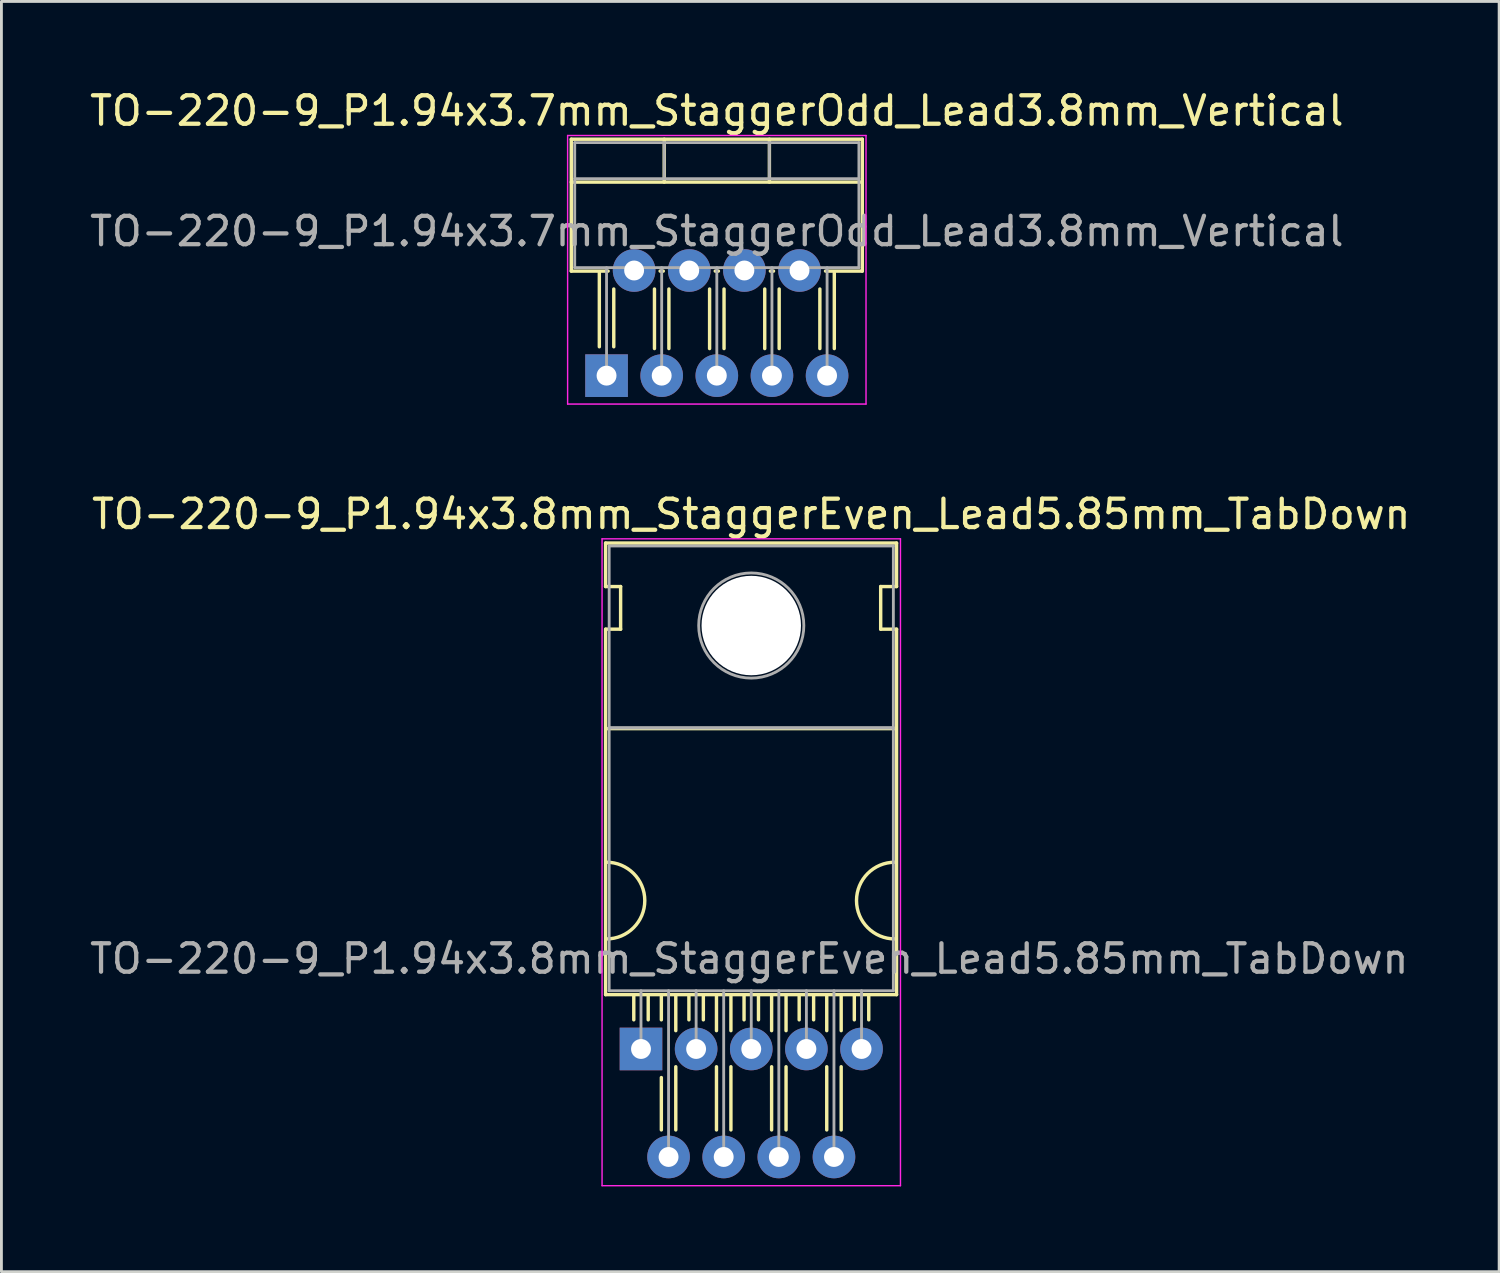
<source format=kicad_pcb>
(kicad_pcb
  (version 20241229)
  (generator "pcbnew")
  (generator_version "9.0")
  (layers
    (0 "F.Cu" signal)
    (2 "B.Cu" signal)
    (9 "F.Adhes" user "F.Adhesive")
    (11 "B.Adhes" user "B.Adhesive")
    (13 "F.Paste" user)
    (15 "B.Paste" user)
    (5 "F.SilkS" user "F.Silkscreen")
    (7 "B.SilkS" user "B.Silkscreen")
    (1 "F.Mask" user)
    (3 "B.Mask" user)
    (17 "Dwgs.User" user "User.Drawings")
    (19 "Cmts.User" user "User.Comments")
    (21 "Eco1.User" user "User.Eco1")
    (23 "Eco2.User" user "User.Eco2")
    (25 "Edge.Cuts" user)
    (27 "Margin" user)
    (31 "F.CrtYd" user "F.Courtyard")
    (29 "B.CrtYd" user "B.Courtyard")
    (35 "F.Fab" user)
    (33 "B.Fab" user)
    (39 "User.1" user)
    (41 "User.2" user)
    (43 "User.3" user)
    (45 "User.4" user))
  (footprint "TO-220-9_P1.94x3.8mm_StaggerEven_Lead5.85mm_TabDown"
    (layer "F.Cu")
    (at 19.505 33.861)
    (property "Reference" "TO-220-9_P1.94x3.8mm_StaggerEven_Lead5.85mm_TabDown" (at 3.88 -18.82 0) (layer "F.SilkS") (effects (font (size 1 1) (thickness 0.15))))
    (attr through_hole)
    (fp_line (start -1.246 -17.802) (end -1.246 -16.272) (stroke (width 0.12) (type solid)) (layer "F.SilkS"))
    (fp_line (start -1.246 -17.802) (end 8.993 -17.802) (stroke (width 0.12) (type solid)) (layer "F.SilkS"))
    (fp_line (start -1.246 -16.272) (end -0.717 -16.272) (stroke (width 0.12) (type solid)) (layer "F.SilkS"))
    (fp_line (start -1.246 -14.772) (end -1.246 -1.912) (stroke (width 0.12) (type solid)) (layer "F.SilkS"))
    (fp_line (start -1.246 -1.912) (end 8.993 -1.912) (stroke (width 0.12) (type solid)) (layer "F.SilkS"))
    (fp_line (start -1.242 -11.272) (end 8.983 -11.272) (stroke (width 0.12) (type solid)) (layer "F.SilkS"))
    (fp_line (start -0.717 -16.272) (end -0.717 -14.772) (stroke (width 0.12) (type solid)) (layer "F.SilkS"))
    (fp_line (start -0.717 -14.772) (end -1.242 -14.772) (stroke (width 0.12) (type solid)) (layer "F.SilkS"))
    (fp_line (start -0.254 -1.026) (end -0.254 -1.851) (stroke (width 0.12) (type solid)) (layer "F.SilkS"))
    (fp_line (start 0.254 -1.026) (end 0.254 -1.851) (stroke (width 0.12) (type solid)) (layer "F.SilkS"))
    (fp_line (start 0.716 -1.026) (end 0.716 -1.851) (stroke (width 0.12) (type solid)) (layer "F.SilkS"))
    (fp_line (start 0.716 2.848) (end 0.716 1.006) (stroke (width 0.12) (type solid)) (layer "F.SilkS"))
    (fp_line (start 1.224 -0.645) (end 1.224 -1.851) (stroke (width 0.12) (type solid)) (layer "F.SilkS"))
    (fp_line (start 1.224 2.848) (end 1.224 0.625) (stroke (width 0.12) (type solid)) (layer "F.SilkS"))
    (fp_line (start 1.686 -1.026) (end 1.686 -1.851) (stroke (width 0.12) (type solid)) (layer "F.SilkS"))
    (fp_line (start 2.194 -1.026) (end 2.194 -1.851) (stroke (width 0.12) (type solid)) (layer "F.SilkS"))
    (fp_line (start 2.656 -0.645) (end 2.656 -1.851) (stroke (width 0.12) (type solid)) (layer "F.SilkS"))
    (fp_line (start 2.656 2.848) (end 2.656 0.625) (stroke (width 0.12) (type solid)) (layer "F.SilkS"))
    (fp_line (start 3.164 -0.645) (end 3.164 -1.851) (stroke (width 0.12) (type solid)) (layer "F.SilkS"))
    (fp_line (start 3.164 2.848) (end 3.164 0.625) (stroke (width 0.12) (type solid)) (layer "F.SilkS"))
    (fp_line (start 3.626 -1.026) (end 3.626 -1.851) (stroke (width 0.12) (type solid)) (layer "F.SilkS"))
    (fp_line (start 4.134 -1.026) (end 4.134 -1.851) (stroke (width 0.12) (type solid)) (layer "F.SilkS"))
    (fp_line (start 4.596 -0.645) (end 4.596 -1.851) (stroke (width 0.12) (type solid)) (layer "F.SilkS"))
    (fp_line (start 4.596 2.848) (end 4.596 0.625) (stroke (width 0.12) (type solid)) (layer "F.SilkS"))
    (fp_line (start 5.104 -0.645) (end 5.104 -1.851) (stroke (width 0.12) (type solid)) (layer "F.SilkS"))
    (fp_line (start 5.104 2.848) (end 5.104 0.625) (stroke (width 0.12) (type solid)) (layer "F.SilkS"))
    (fp_line (start 5.566 -1.026) (end 5.566 -1.851) (stroke (width 0.12) (type solid)) (layer "F.SilkS"))
    (fp_line (start 6.074 -1.026) (end 6.074 -1.851) (stroke (width 0.12) (type solid)) (layer "F.SilkS"))
    (fp_line (start 6.536 -0.645) (end 6.536 -1.851) (stroke (width 0.12) (type solid)) (layer "F.SilkS"))
    (fp_line (start 6.536 2.848) (end 6.536 0.625) (stroke (width 0.12) (type solid)) (layer "F.SilkS"))
    (fp_line (start 7.044 -0.645) (end 7.044 -1.851) (stroke (width 0.12) (type solid)) (layer "F.SilkS"))
    (fp_line (start 7.044 2.848) (end 7.044 0.625) (stroke (width 0.12) (type solid)) (layer "F.SilkS"))
    (fp_line (start 7.506 -1.026) (end 7.506 -1.851) (stroke (width 0.12) (type solid)) (layer "F.SilkS"))
    (fp_line (start 8.014 -1.026) (end 8.014 -1.851) (stroke (width 0.12) (type solid)) (layer "F.SilkS"))
    (fp_line (start 8.434 -16.272) (end 8.993 -16.272) (stroke (width 0.12) (type solid)) (layer "F.SilkS"))
    (fp_line (start 8.434 -14.772) (end 8.434 -16.272) (stroke (width 0.12) (type solid)) (layer "F.SilkS"))
    (fp_line (start 8.993 -17.802) (end 8.993 -16.272) (stroke (width 0.12) (type solid)) (layer "F.SilkS"))
    (fp_line (start 8.993 -14.772) (end 8.434 -14.772) (stroke (width 0.12) (type solid)) (layer "F.SilkS"))
    (fp_line (start 8.993 -14.772) (end 8.993 -1.912) (stroke (width 0.12) (type solid)) (layer "F.SilkS"))
    (fp_arc (start -1.2165 -6.572) (mid 0.1335 -5.222) (end -1.2165 -3.872) (stroke (width 0.12) (type solid)) (layer "F.SilkS"))
    (fp_arc (start 8.9335 -3.872) (mid 7.5835 -5.222) (end 8.9335 -6.572) (stroke (width 0.12) (type solid)) (layer "F.SilkS"))
    (fp_line (start -1.37 -17.95) (end -1.37 4.81) (stroke (width 0.05) (type solid)) (layer "F.CrtYd"))
    (fp_line (start -1.37 4.81) (end 9.13 4.81) (stroke (width 0.05) (type solid)) (layer "F.CrtYd"))
    (fp_line (start 9.13 -17.95) (end -1.37 -17.95) (stroke (width 0.05) (type solid)) (layer "F.CrtYd"))
    (fp_line (start 9.13 4.81) (end 9.13 -17.95) (stroke (width 0.05) (type solid)) (layer "F.CrtYd"))
    (fp_line (start -1.12 -17.7) (end 8.88 -17.7) (stroke (width 0.1) (type solid)) (layer "F.Fab"))
    (fp_line (start -1.12 -11.3) (end -1.12 -17.7) (stroke (width 0.1) (type solid)) (layer "F.Fab"))
    (fp_line (start -1.12 -11.3) (end 8.88 -11.3) (stroke (width 0.1) (type solid)) (layer "F.Fab"))
    (fp_line (start -1.12 -2.05) (end -1.12 -11.3) (stroke (width 0.1) (type solid)) (layer "F.Fab"))
    (fp_line (start 0 -2.05) (end 0 0) (stroke (width 0.1) (type solid)) (layer "F.Fab"))
    (fp_line (start 0.97 -2.05) (end 0.97 3.8) (stroke (width 0.1) (type solid)) (layer "F.Fab"))
    (fp_line (start 1.94 -2.05) (end 1.94 0) (stroke (width 0.1) (type solid)) (layer "F.Fab"))
    (fp_line (start 2.91 -2.05) (end 2.91 3.8) (stroke (width 0.1) (type solid)) (layer "F.Fab"))
    (fp_line (start 3.88 -2.05) (end 3.88 0) (stroke (width 0.1) (type solid)) (layer "F.Fab"))
    (fp_line (start 4.85 -2.05) (end 4.85 3.8) (stroke (width 0.1) (type solid)) (layer "F.Fab"))
    (fp_line (start 5.82 -2.05) (end 5.82 0) (stroke (width 0.1) (type solid)) (layer "F.Fab"))
    (fp_line (start 6.79 -2.05) (end 6.79 3.8) (stroke (width 0.1) (type solid)) (layer "F.Fab"))
    (fp_line (start 7.76 -2.05) (end 7.76 0) (stroke (width 0.1) (type solid)) (layer "F.Fab"))
    (fp_line (start 8.88 -17.7) (end 8.88 -11.3) (stroke (width 0.1) (type solid)) (layer "F.Fab"))
    (fp_line (start 8.88 -11.3) (end -1.12 -11.3) (stroke (width 0.1) (type solid)) (layer "F.Fab"))
    (fp_line (start 8.88 -11.3) (end 8.88 -2.05) (stroke (width 0.1) (type solid)) (layer "F.Fab"))
    (fp_line (start 8.88 -2.05) (end -1.12 -2.05) (stroke (width 0.1) (type solid)) (layer "F.Fab"))
    (fp_circle (center 3.88 -14.9) (end 5.73 -14.9) (stroke (width 0.1) (type solid)) (fill no) (layer "F.Fab"))
    (fp_text user "${REFERENCE}" (at 3.81 -3.175 0) (layer "F.Fab") (effects (font (size 1 1) (thickness 0.15))))
    (pad "" np_thru_hole oval (at 3.88 -14.9) (size 3.5 3.5) (drill 3.5) (layers "*.Cu" "*.Mask"))
    (pad "1" thru_hole rect (at 0 0) (size 1.5 1.5) (drill 0.7) (layers "*.Cu" "*.Mask"))
    (pad "2" thru_hole oval (at 0.97 3.8) (size 1.5 1.5) (drill 0.7) (layers "*.Cu" "*.Mask"))
    (pad "3" thru_hole oval (at 1.94 0) (size 1.5 1.5) (drill 0.7) (layers "*.Cu" "*.Mask"))
    (pad "4" thru_hole oval (at 2.91 3.8) (size 1.5 1.5) (drill 0.7) (layers "*.Cu" "*.Mask"))
    (pad "5" thru_hole oval (at 3.88 0) (size 1.5 1.5) (drill 0.7) (layers "*.Cu" "*.Mask"))
    (pad "6" thru_hole oval (at 4.85 3.8) (size 1.5 1.5) (drill 0.7) (layers "*.Cu" "*.Mask"))
    (pad "7" thru_hole oval (at 5.82 0) (size 1.5 1.5) (drill 0.7) (layers "*.Cu" "*.Mask"))
    (pad "8" thru_hole oval (at 6.79 3.8) (size 1.5 1.5) (drill 0.7) (layers "*.Cu" "*.Mask"))
    (pad "9" thru_hole oval (at 7.76 0) (size 1.5 1.5) (drill 0.7) (layers "*.Cu" "*.Mask")))
  (footprint "TO-220-9_P1.94x3.7mm_StaggerOdd_Lead3.8mm_Vertical"
    (layer "F.Cu")
    (at 18.293 10.168)
    (property "Reference" "TO-220-9_P1.94x3.7mm_StaggerOdd_Lead3.8mm_Vertical" (at 3.88 -9.32 0) (layer "F.SilkS") (effects (font (size 1 1) (thickness 0.15))))
    (attr through_hole)
    (fp_line (start -1.241 -8.32) (end -1.241 -3.679) (stroke (width 0.12) (type solid)) (layer "F.SilkS"))
    (fp_line (start -1.241 -8.32) (end 9 -8.32) (stroke (width 0.12) (type solid)) (layer "F.SilkS"))
    (fp_line (start -1.241 -6.811) (end 9 -6.811) (stroke (width 0.12) (type solid)) (layer "F.SilkS"))
    (fp_line (start -1.241 -3.679) (end 0.055 -3.679) (stroke (width 0.12) (type solid)) (layer "F.SilkS"))
    (fp_line (start -0.254 -1.016) (end -0.254 -3.619) (stroke (width 0.12) (type solid)) (layer "F.SilkS"))
    (fp_line (start 0.254 -1.016) (end 0.254 -3.048) (stroke (width 0.12) (type solid)) (layer "F.SilkS"))
    (fp_line (start 1.686 -0.953) (end 1.686 -3.048) (stroke (width 0.12) (type solid)) (layer "F.SilkS"))
    (fp_line (start 1.885 -3.679) (end 1.996 -3.679) (stroke (width 0.12) (type solid)) (layer "F.SilkS"))
    (fp_line (start 2.03 -8.32) (end 2.03 -6.811) (stroke (width 0.12) (type solid)) (layer "F.SilkS"))
    (fp_line (start 2.194 -0.953) (end 2.194 -3.048) (stroke (width 0.12) (type solid)) (layer "F.SilkS"))
    (fp_line (start 3.626 -0.953) (end 3.626 -3.048) (stroke (width 0.12) (type solid)) (layer "F.SilkS"))
    (fp_line (start 3.825 -3.679) (end 3.935 -3.679) (stroke (width 0.12) (type solid)) (layer "F.SilkS"))
    (fp_line (start 4.134 -0.953) (end 4.134 -3.048) (stroke (width 0.12) (type solid)) (layer "F.SilkS"))
    (fp_line (start 5.566 -0.953) (end 5.566 -3.048) (stroke (width 0.12) (type solid)) (layer "F.SilkS"))
    (fp_line (start 5.73 -8.32) (end 5.73 -6.811) (stroke (width 0.12) (type solid)) (layer "F.SilkS"))
    (fp_line (start 5.765 -3.679) (end 5.875 -3.679) (stroke (width 0.12) (type solid)) (layer "F.SilkS"))
    (fp_line (start 6.074 -0.953) (end 6.074 -3.048) (stroke (width 0.12) (type solid)) (layer "F.SilkS"))
    (fp_line (start 7.506 -0.953) (end 7.506 -3.048) (stroke (width 0.12) (type solid)) (layer "F.SilkS"))
    (fp_line (start 7.705 -3.679) (end 9 -3.679) (stroke (width 0.12) (type solid)) (layer "F.SilkS"))
    (fp_line (start 8.014 -0.953) (end 8.014 -3.619) (stroke (width 0.12) (type solid)) (layer "F.SilkS"))
    (fp_line (start 9 -8.32) (end 9 -3.679) (stroke (width 0.12) (type solid)) (layer "F.SilkS"))
    (fp_line (start -1.37 -8.45) (end -1.37 1) (stroke (width 0.05) (type solid)) (layer "F.CrtYd"))
    (fp_line (start -1.37 1) (end 9.13 1) (stroke (width 0.05) (type solid)) (layer "F.CrtYd"))
    (fp_line (start 9.13 -8.45) (end -1.37 -8.45) (stroke (width 0.05) (type solid)) (layer "F.CrtYd"))
    (fp_line (start 9.13 1) (end 9.13 -8.45) (stroke (width 0.05) (type solid)) (layer "F.CrtYd"))
    (fp_line (start -1.12 -8.2) (end -1.12 -3.8) (stroke (width 0.1) (type solid)) (layer "F.Fab"))
    (fp_line (start -1.12 -6.93) (end 8.88 -6.93) (stroke (width 0.1) (type solid)) (layer "F.Fab"))
    (fp_line (start -1.12 -3.8) (end 8.88 -3.8) (stroke (width 0.1) (type solid)) (layer "F.Fab"))
    (fp_line (start 0 -3.8) (end 0 0) (stroke (width 0.1) (type solid)) (layer "F.Fab"))
    (fp_line (start 0.97 -3.8) (end 0.97 -3.7) (stroke (width 0.1) (type solid)) (layer "F.Fab"))
    (fp_line (start 1.94 -3.8) (end 1.94 0) (stroke (width 0.1) (type solid)) (layer "F.Fab"))
    (fp_line (start 2.03 -8.2) (end 2.03 -6.93) (stroke (width 0.1) (type solid)) (layer "F.Fab"))
    (fp_line (start 2.91 -3.8) (end 2.91 -3.7) (stroke (width 0.1) (type solid)) (layer "F.Fab"))
    (fp_line (start 3.88 -3.8) (end 3.88 0) (stroke (width 0.1) (type solid)) (layer "F.Fab"))
    (fp_line (start 4.85 -3.8) (end 4.85 -3.7) (stroke (width 0.1) (type solid)) (layer "F.Fab"))
    (fp_line (start 5.73 -8.2) (end 5.73 -6.93) (stroke (width 0.1) (type solid)) (layer "F.Fab"))
    (fp_line (start 5.82 -3.8) (end 5.82 0) (stroke (width 0.1) (type solid)) (layer "F.Fab"))
    (fp_line (start 6.79 -3.8) (end 6.79 -3.7) (stroke (width 0.1) (type solid)) (layer "F.Fab"))
    (fp_line (start 7.76 -3.8) (end 7.76 0) (stroke (width 0.1) (type solid)) (layer "F.Fab"))
    (fp_line (start 8.88 -8.2) (end -1.12 -8.2) (stroke (width 0.1) (type solid)) (layer "F.Fab"))
    (fp_line (start 8.88 -3.8) (end 8.88 -8.2) (stroke (width 0.1) (type solid)) (layer "F.Fab"))
    (fp_text user "${REFERENCE}" (at 3.88 -5.08 0) (layer "F.Fab") (effects (font (size 1 1) (thickness 0.15))))
    (pad "1" thru_hole rect (at 0 0) (size 1.5 1.5) (drill 0.7) (layers "*.Cu" "*.Mask"))
    (pad "2" thru_hole oval (at 0.97 -3.7) (size 1.5 1.5) (drill 0.7) (layers "*.Cu" "*.Mask"))
    (pad "3" thru_hole oval (at 1.94 0) (size 1.5 1.5) (drill 0.7) (layers "*.Cu" "*.Mask"))
    (pad "4" thru_hole oval (at 2.91 -3.7) (size 1.5 1.5) (drill 0.7) (layers "*.Cu" "*.Mask"))
    (pad "5" thru_hole oval (at 3.88 0) (size 1.5 1.5) (drill 0.7) (layers "*.Cu" "*.Mask"))
    (pad "6" thru_hole oval (at 4.85 -3.7) (size 1.5 1.5) (drill 0.7) (layers "*.Cu" "*.Mask"))
    (pad "7" thru_hole oval (at 5.82 0) (size 1.5 1.5) (drill 0.7) (layers "*.Cu" "*.Mask"))
    (pad "8" thru_hole oval (at 6.79 -3.7) (size 1.5 1.5) (drill 0.7) (layers "*.Cu" "*.Mask"))
    (pad "9" thru_hole oval (at 7.76 0) (size 1.5 1.5) (drill 0.7) (layers "*.Cu" "*.Mask")))
  (gr_rect
    (start -3 -3)
    (end 49.701 41.697)
    (stroke (width 0.1) (type default))
    (fill no)
    (layer "Edge.Cuts")))
</source>
